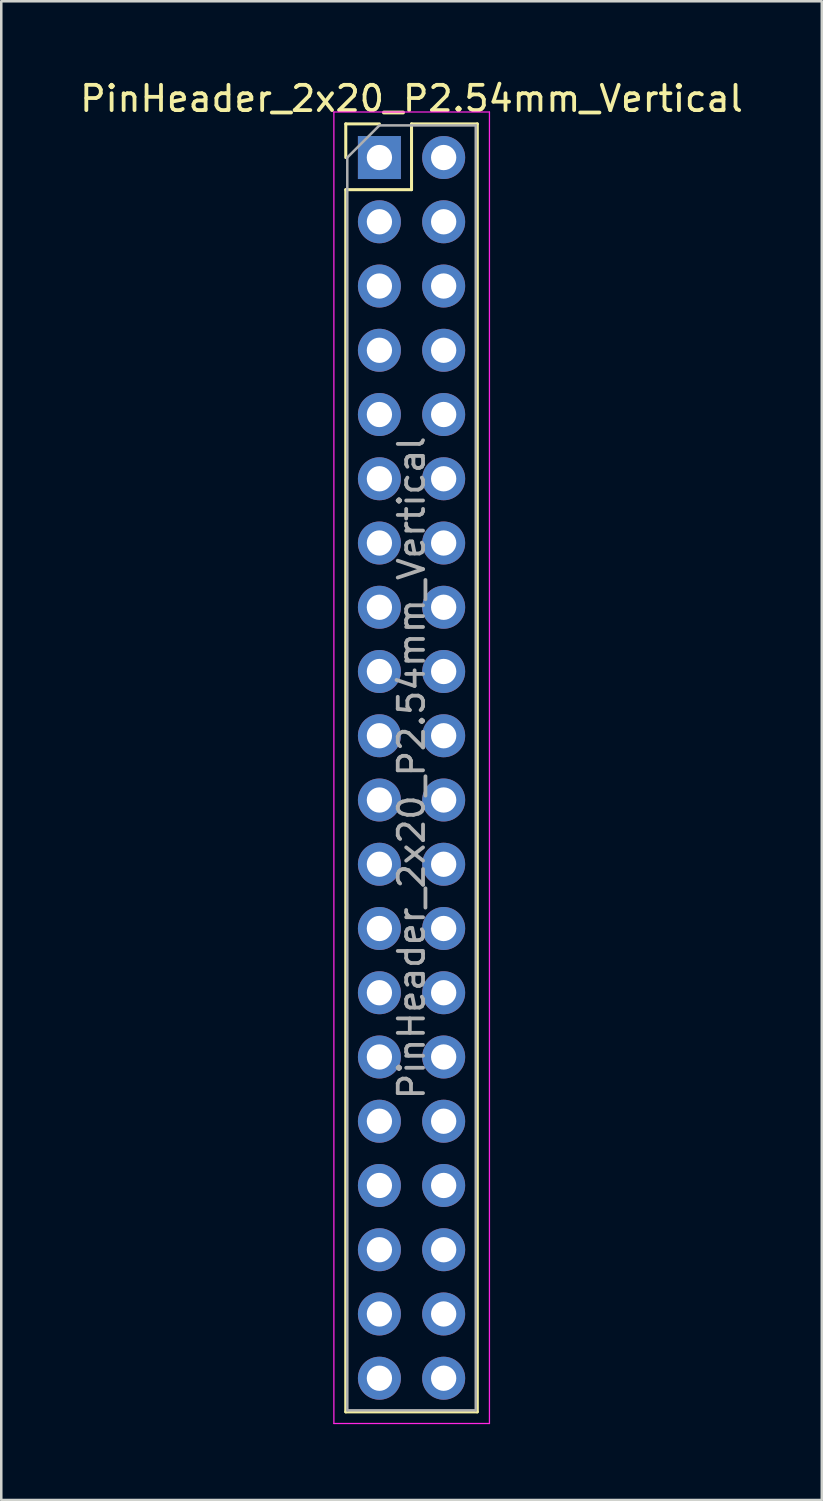
<source format=kicad_pcb>
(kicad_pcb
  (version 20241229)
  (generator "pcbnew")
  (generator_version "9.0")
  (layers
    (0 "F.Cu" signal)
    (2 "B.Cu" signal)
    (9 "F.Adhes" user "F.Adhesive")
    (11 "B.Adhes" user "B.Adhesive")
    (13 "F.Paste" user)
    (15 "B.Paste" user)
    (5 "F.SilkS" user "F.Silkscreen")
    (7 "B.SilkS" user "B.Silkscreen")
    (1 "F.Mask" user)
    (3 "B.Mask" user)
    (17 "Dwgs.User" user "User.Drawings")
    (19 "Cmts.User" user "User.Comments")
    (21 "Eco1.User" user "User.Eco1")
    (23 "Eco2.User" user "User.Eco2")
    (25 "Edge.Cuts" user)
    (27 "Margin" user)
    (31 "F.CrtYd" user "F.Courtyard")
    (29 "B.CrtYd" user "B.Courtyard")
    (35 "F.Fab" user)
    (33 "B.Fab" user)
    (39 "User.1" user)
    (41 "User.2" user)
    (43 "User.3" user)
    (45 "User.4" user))
  (footprint "PinHeader_2x20_P2.54mm_Vertical"
    (layer "F.Cu")
    (at 11.95 3.178)
    (property "Reference" "PinHeader_2x20_P2.54mm_Vertical" (at 1.27 -2.33 0) (layer "F.SilkS") (effects (font (size 1 1) (thickness 0.15))))
    (attr through_hole)
    (fp_line (start -1.33 -1.33) (end 0 -1.33) (stroke (width 0.12) (type solid)) (layer "F.SilkS"))
    (fp_line (start -1.33 0) (end -1.33 -1.33) (stroke (width 0.12) (type solid)) (layer "F.SilkS"))
    (fp_line (start -1.33 1.27) (end -1.33 49.59) (stroke (width 0.12) (type solid)) (layer "F.SilkS"))
    (fp_line (start -1.33 1.27) (end 1.27 1.27) (stroke (width 0.12) (type solid)) (layer "F.SilkS"))
    (fp_line (start -1.33 49.59) (end 3.87 49.59) (stroke (width 0.12) (type solid)) (layer "F.SilkS"))
    (fp_line (start 1.27 -1.33) (end 3.87 -1.33) (stroke (width 0.12) (type solid)) (layer "F.SilkS"))
    (fp_line (start 1.27 1.27) (end 1.27 -1.33) (stroke (width 0.12) (type solid)) (layer "F.SilkS"))
    (fp_line (start 3.87 -1.33) (end 3.87 49.59) (stroke (width 0.12) (type solid)) (layer "F.SilkS"))
    (fp_line (start -1.8 -1.8) (end -1.8 50.05) (stroke (width 0.05) (type solid)) (layer "F.CrtYd"))
    (fp_line (start -1.8 50.05) (end 4.35 50.05) (stroke (width 0.05) (type solid)) (layer "F.CrtYd"))
    (fp_line (start 4.35 -1.8) (end -1.8 -1.8) (stroke (width 0.05) (type solid)) (layer "F.CrtYd"))
    (fp_line (start 4.35 50.05) (end 4.35 -1.8) (stroke (width 0.05) (type solid)) (layer "F.CrtYd"))
    (fp_line (start -1.27 0) (end 0 -1.27) (stroke (width 0.1) (type solid)) (layer "F.Fab"))
    (fp_line (start -1.27 49.53) (end -1.27 0) (stroke (width 0.1) (type solid)) (layer "F.Fab"))
    (fp_line (start 0 -1.27) (end 3.81 -1.27) (stroke (width 0.1) (type solid)) (layer "F.Fab"))
    (fp_line (start 3.81 -1.27) (end 3.81 49.53) (stroke (width 0.1) (type solid)) (layer "F.Fab"))
    (fp_line (start 3.81 49.53) (end -1.27 49.53) (stroke (width 0.1) (type solid)) (layer "F.Fab"))
    (fp_text user "${REFERENCE}" (at 1.27 24.13 270) (layer "F.Fab") (effects (font (size 1 1) (thickness 0.15))))
    (pad "1" thru_hole rect (at 0 0) (size 1.7 1.7) (drill 1) (layers "*.Cu" "*.Mask"))
    (pad "2" thru_hole oval (at 2.54 0) (size 1.7 1.7) (drill 1) (layers "*.Cu" "*.Mask"))
    (pad "3" thru_hole oval (at 0 2.54) (size 1.7 1.7) (drill 1) (layers "*.Cu" "*.Mask"))
    (pad "4" thru_hole oval (at 2.54 2.54) (size 1.7 1.7) (drill 1) (layers "*.Cu" "*.Mask"))
    (pad "5" thru_hole oval (at 0 5.08) (size 1.7 1.7) (drill 1) (layers "*.Cu" "*.Mask"))
    (pad "6" thru_hole oval (at 2.54 5.08) (size 1.7 1.7) (drill 1) (layers "*.Cu" "*.Mask"))
    (pad "7" thru_hole oval (at 0 7.62) (size 1.7 1.7) (drill 1) (layers "*.Cu" "*.Mask"))
    (pad "8" thru_hole oval (at 2.54 7.62) (size 1.7 1.7) (drill 1) (layers "*.Cu" "*.Mask"))
    (pad "9" thru_hole oval (at 0 10.16) (size 1.7 1.7) (drill 1) (layers "*.Cu" "*.Mask"))
    (pad "10" thru_hole oval (at 2.54 10.16) (size 1.7 1.7) (drill 1) (layers "*.Cu" "*.Mask"))
    (pad "11" thru_hole oval (at 0 12.7) (size 1.7 1.7) (drill 1) (layers "*.Cu" "*.Mask"))
    (pad "12" thru_hole oval (at 2.54 12.7) (size 1.7 1.7) (drill 1) (layers "*.Cu" "*.Mask"))
    (pad "13" thru_hole oval (at 0 15.24) (size 1.7 1.7) (drill 1) (layers "*.Cu" "*.Mask"))
    (pad "14" thru_hole oval (at 2.54 15.24) (size 1.7 1.7) (drill 1) (layers "*.Cu" "*.Mask"))
    (pad "15" thru_hole oval (at 0 17.78) (size 1.7 1.7) (drill 1) (layers "*.Cu" "*.Mask"))
    (pad "16" thru_hole oval (at 2.54 17.78) (size 1.7 1.7) (drill 1) (layers "*.Cu" "*.Mask"))
    (pad "17" thru_hole oval (at 0 20.32) (size 1.7 1.7) (drill 1) (layers "*.Cu" "*.Mask"))
    (pad "18" thru_hole oval (at 2.54 20.32) (size 1.7 1.7) (drill 1) (layers "*.Cu" "*.Mask"))
    (pad "19" thru_hole oval (at 0 22.86) (size 1.7 1.7) (drill 1) (layers "*.Cu" "*.Mask"))
    (pad "20" thru_hole oval (at 2.54 22.86) (size 1.7 1.7) (drill 1) (layers "*.Cu" "*.Mask"))
    (pad "21" thru_hole oval (at 0 25.4) (size 1.7 1.7) (drill 1) (layers "*.Cu" "*.Mask"))
    (pad "22" thru_hole oval (at 2.54 25.4) (size 1.7 1.7) (drill 1) (layers "*.Cu" "*.Mask"))
    (pad "23" thru_hole oval (at 0 27.94) (size 1.7 1.7) (drill 1) (layers "*.Cu" "*.Mask"))
    (pad "24" thru_hole oval (at 2.54 27.94) (size 1.7 1.7) (drill 1) (layers "*.Cu" "*.Mask"))
    (pad "25" thru_hole oval (at 0 30.48) (size 1.7 1.7) (drill 1) (layers "*.Cu" "*.Mask"))
    (pad "26" thru_hole oval (at 2.54 30.48) (size 1.7 1.7) (drill 1) (layers "*.Cu" "*.Mask"))
    (pad "27" thru_hole oval (at 0 33.02) (size 1.7 1.7) (drill 1) (layers "*.Cu" "*.Mask"))
    (pad "28" thru_hole oval (at 2.54 33.02) (size 1.7 1.7) (drill 1) (layers "*.Cu" "*.Mask"))
    (pad "29" thru_hole oval (at 0 35.56) (size 1.7 1.7) (drill 1) (layers "*.Cu" "*.Mask"))
    (pad "30" thru_hole oval (at 2.54 35.56) (size 1.7 1.7) (drill 1) (layers "*.Cu" "*.Mask"))
    (pad "31" thru_hole oval (at 0 38.1) (size 1.7 1.7) (drill 1) (layers "*.Cu" "*.Mask"))
    (pad "32" thru_hole oval (at 2.54 38.1) (size 1.7 1.7) (drill 1) (layers "*.Cu" "*.Mask"))
    (pad "33" thru_hole oval (at 0 40.64) (size 1.7 1.7) (drill 1) (layers "*.Cu" "*.Mask"))
    (pad "34" thru_hole oval (at 2.54 40.64) (size 1.7 1.7) (drill 1) (layers "*.Cu" "*.Mask"))
    (pad "35" thru_hole oval (at 0 43.18) (size 1.7 1.7) (drill 1) (layers "*.Cu" "*.Mask"))
    (pad "36" thru_hole oval (at 2.54 43.18) (size 1.7 1.7) (drill 1) (layers "*.Cu" "*.Mask"))
    (pad "37" thru_hole oval (at 0 45.72) (size 1.7 1.7) (drill 1) (layers "*.Cu" "*.Mask"))
    (pad "38" thru_hole oval (at 2.54 45.72) (size 1.7 1.7) (drill 1) (layers "*.Cu" "*.Mask"))
    (pad "39" thru_hole oval (at 0 48.26) (size 1.7 1.7) (drill 1) (layers "*.Cu" "*.Mask"))
    (pad "40" thru_hole oval (at 2.54 48.26) (size 1.7 1.7) (drill 1) (layers "*.Cu" "*.Mask")))
  (gr_rect
    (start -3 -3)
    (end 29.44 56.253)
    (stroke (width 0.1) (type default))
    (fill no)
    (layer "Edge.Cuts")))
</source>
